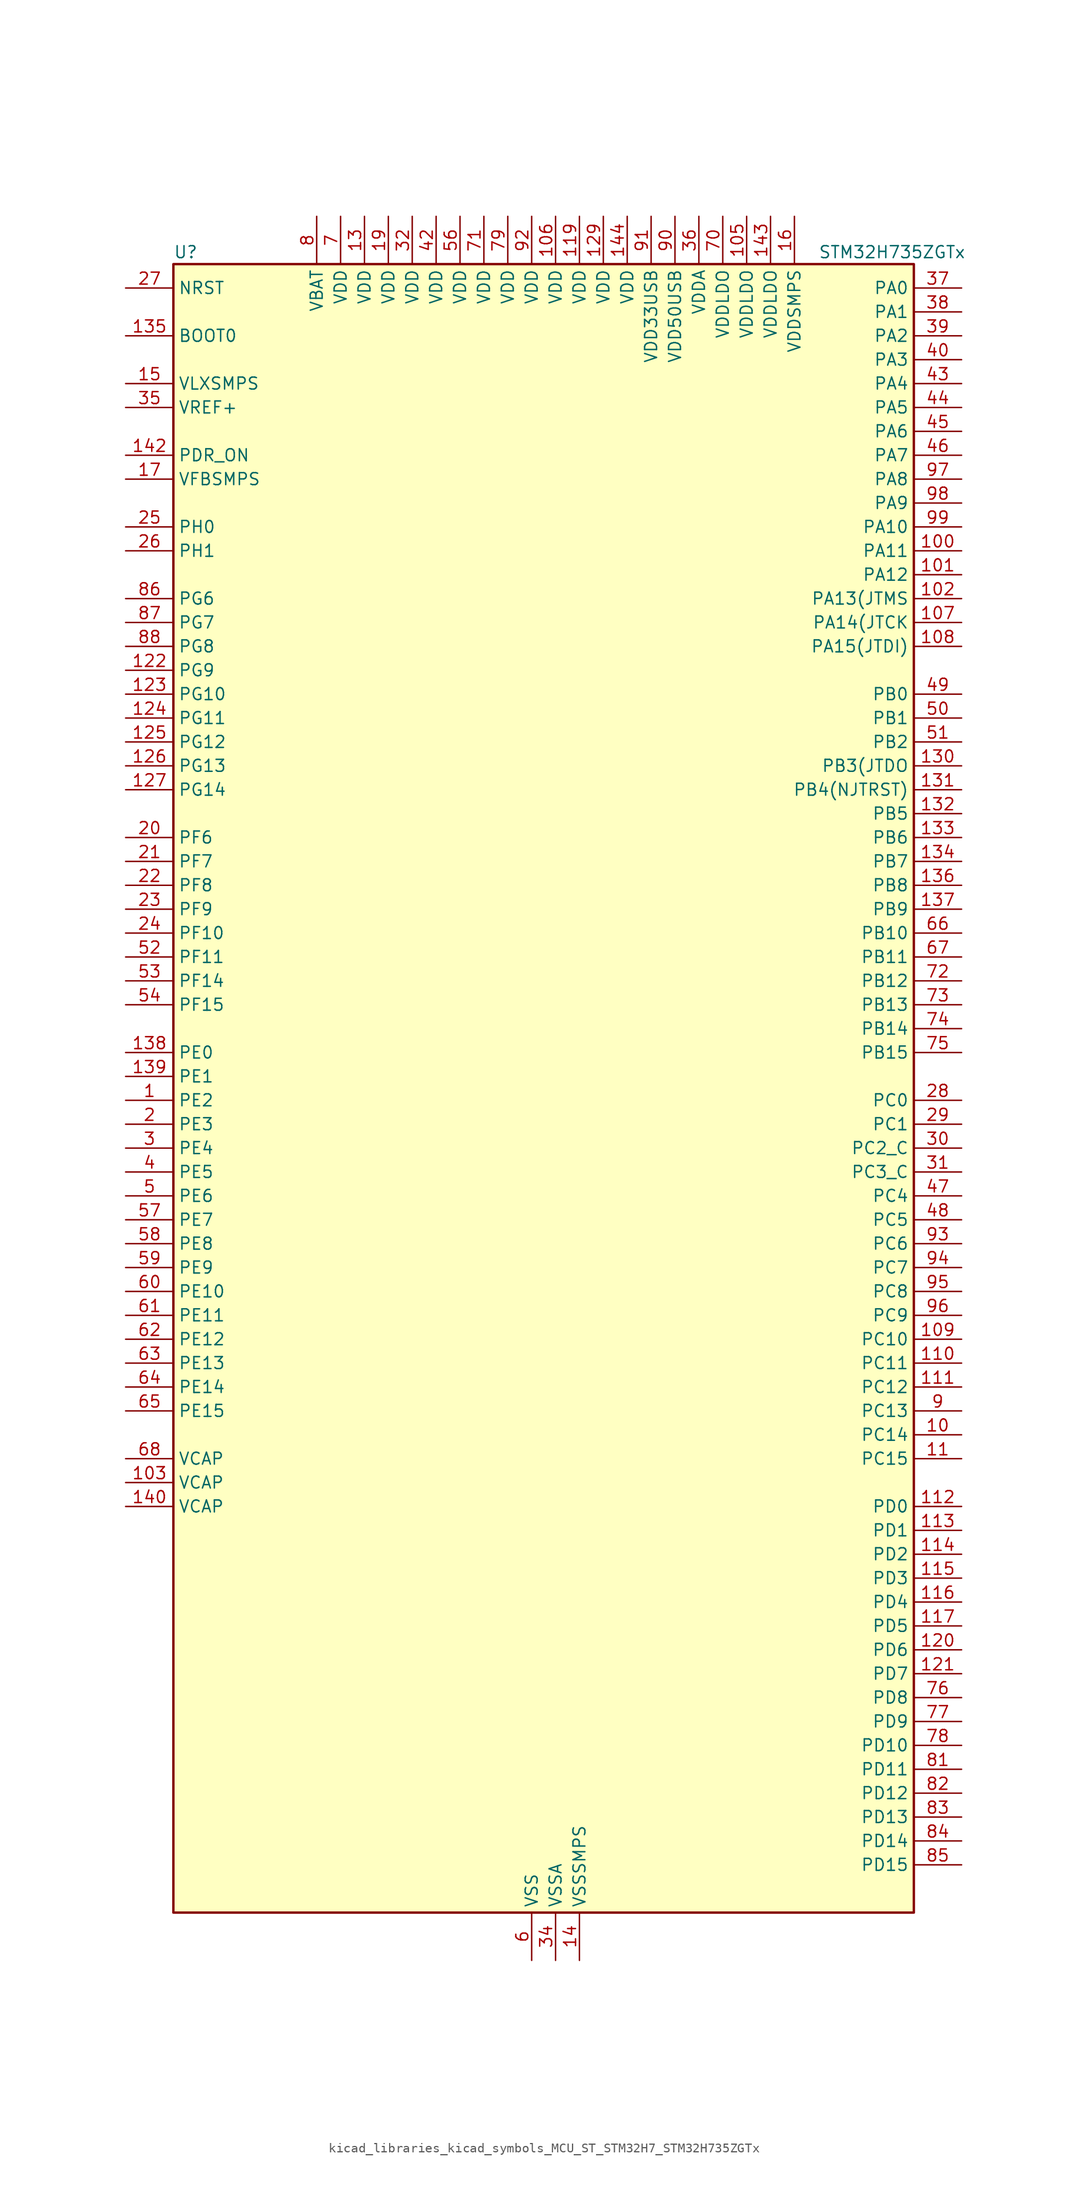
<source format=kicad_sym>
(kicad_symbol_lib
  (version 20220914)
  (generator kicad_symbol_editor)
  (symbol "kicad_libraries_kicad_symbols_MCU_ST_STM32H7_STM32H735ZGTx"
    (property "Reference" "U"
      (at -38.1 90.17 0)
      (effects (font (size 1.27 1.27)) (justify left)))
    (property "Value" "STM32H735ZGTx"
      (at 30.48 90.17 0)
      (effects (font (size 1.27 1.27)) (justify left)))
    (property "ki_locked" ""
      (at 0 0 0)
      (effects (font (size 1.27 1.27))))
    (symbol "kicad_libraries_kicad_symbols_MCU_ST_STM32H7_STM32H735ZGTx_0_1"
      (rectangle (start -38.1 -86.36) (end 40.64 88.9) (stroke (width 0.254) (type default)) (fill (type background))))
    (symbol "kicad_libraries_kicad_symbols_MCU_ST_STM32H7_STM32H735ZGTx_1_1"
      (pin bidirectional line (at -43.18 0 0) (length 5.08) (name "PE2" (effects (font (size 1.27 1.27)))) (number "1" (effects (font (size 1.27 1.27)))) (alternate "DEBUG_TRACECLK" bidirectional line) (alternate "ETH_TXD3" bidirectional line) (alternate "FMC_A23" bidirectional line) (alternate "OCTOSPIM_P1_IO2" bidirectional line) (alternate "SAI1_CK1" bidirectional line) (alternate "SAI1_MCLK_A" bidirectional line) (alternate "SAI4_CK1" bidirectional line) (alternate "SAI4_MCLK_A" bidirectional line) (alternate "SPI4_SCK" bidirectional line) (alternate "USART10_RX" bidirectional line))
      (pin bidirectional line (at 45.72 -35.56 180) (length 5.08) (name "PC14" (effects (font (size 1.27 1.27)))) (number "10" (effects (font (size 1.27 1.27)))) (alternate "RCC_OSC32_IN" bidirectional line))
      (pin bidirectional line (at 45.72 58.42 180) (length 5.08) (name "PA11" (effects (font (size 1.27 1.27)))) (number "100" (effects (font (size 1.27 1.27)))) (alternate "ADC1_EXTI11" bidirectional line) (alternate "ADC2_EXTI11" bidirectional line) (alternate "ADC3_EXTI11" bidirectional line) (alternate "FDCAN1_RX" bidirectional line) (alternate "I2S2_WS" bidirectional line) (alternate "LPUART1_CTS" bidirectional line) (alternate "LTDC_R4" bidirectional line) (alternate "SPI2_NSS" bidirectional line) (alternate "TIM1_CH4" bidirectional line) (alternate "UART4_RX" bidirectional line) (alternate "USART1_CTS" bidirectional line) (alternate "USART1_NSS" bidirectional line) (alternate "USB_OTG_HS_DM" bidirectional line))
      (pin bidirectional line (at 45.72 55.88 180) (length 5.08) (name "PA12" (effects (font (size 1.27 1.27)))) (number "101" (effects (font (size 1.27 1.27)))) (alternate "FDCAN1_TX" bidirectional line) (alternate "I2S2_CK" bidirectional line) (alternate "LPUART1_DE" bidirectional line) (alternate "LPUART1_RTS" bidirectional line) (alternate "LTDC_R5" bidirectional line) (alternate "SAI4_FS_B" bidirectional line) (alternate "SPI2_SCK" bidirectional line) (alternate "TIM1_BKIN2" bidirectional line) (alternate "TIM1_ETR" bidirectional line) (alternate "UART4_TX" bidirectional line) (alternate "USART1_DE" bidirectional line) (alternate "USART1_RTS" bidirectional line) (alternate "USB_OTG_HS_DP" bidirectional line))
      (pin bidirectional line (at 45.72 53.34 180) (length 5.08) (name "PA13(JTMS" (effects (font (size 1.27 1.27)))) (number "102" (effects (font (size 1.27 1.27)))) (alternate "DEBUG_JTMS-SWDIO" bidirectional line))
      (pin power_out line (at -43.18 -40.64 0) (length 5.08) (name "VCAP" (effects (font (size 1.27 1.27)))) (number "103" (effects (font (size 1.27 1.27)))))
      (pin passive line (at 0 -91.44 90) (length 5.08) hide (name "VSS" (effects (font (size 1.27 1.27)))) (number "104" (effects (font (size 1.27 1.27)))))
      (pin power_in line (at 22.86 93.98 270) (length 5.08) (name "VDDLDO" (effects (font (size 1.27 1.27)))) (number "105" (effects (font (size 1.27 1.27)))))
      (pin power_in line (at 2.54 93.98 270) (length 5.08) (name "VDD" (effects (font (size 1.27 1.27)))) (number "106" (effects (font (size 1.27 1.27)))))
      (pin bidirectional line (at 45.72 50.8 180) (length 5.08) (name "PA14(JTCK" (effects (font (size 1.27 1.27)))) (number "107" (effects (font (size 1.27 1.27)))) (alternate "DEBUG_JTCK-SWCLK" bidirectional line))
      (pin bidirectional line (at 45.72 48.26 180) (length 5.08) (name "PA15(JTDI)" (effects (font (size 1.27 1.27)))) (number "108" (effects (font (size 1.27 1.27)))) (alternate "ADC1_EXTI15" bidirectional line) (alternate "ADC2_EXTI15" bidirectional line) (alternate "ADC3_EXTI15" bidirectional line) (alternate "CEC" bidirectional line) (alternate "DEBUG_JTDI" bidirectional line) (alternate "I2S1_WS" bidirectional line) (alternate "I2S3_WS" bidirectional line) (alternate "I2S6_WS" bidirectional line) (alternate "LTDC_B6" bidirectional line) (alternate "LTDC_R3" bidirectional line) (alternate "SPI1_NSS" bidirectional line) (alternate "SPI3_NSS" bidirectional line) (alternate "SPI6_NSS" bidirectional line) (alternate "TIM2_CH1" bidirectional line) (alternate "TIM2_ETR" bidirectional line) (alternate "UART4_DE" bidirectional line) (alternate "UART4_RTS" bidirectional line) (alternate "UART7_TX" bidirectional line))
      (pin bidirectional line (at 45.72 -25.4 180) (length 5.08) (name "PC10" (effects (font (size 1.27 1.27)))) (number "109" (effects (font (size 1.27 1.27)))) (alternate "DCMI_D8" bidirectional line) (alternate "DFSDM1_CKIN5" bidirectional line) (alternate "I2C5_SDA" bidirectional line) (alternate "I2S3_CK" bidirectional line) (alternate "LTDC_B1" bidirectional line) (alternate "LTDC_R2" bidirectional line) (alternate "OCTOSPIM_P1_IO1" bidirectional line) (alternate "PSSI_D8" bidirectional line) (alternate "SDMMC1_D2" bidirectional line) (alternate "SPI3_SCK" bidirectional line) (alternate "SWPMI1_RX" bidirectional line) (alternate "UART4_TX" bidirectional line) (alternate "USART3_TX" bidirectional line))
      (pin bidirectional line (at 45.72 -38.1 180) (length 5.08) (name "PC15" (effects (font (size 1.27 1.27)))) (number "11" (effects (font (size 1.27 1.27)))) (alternate "ADC1_EXTI15" bidirectional line) (alternate "ADC2_EXTI15" bidirectional line) (alternate "ADC3_EXTI15" bidirectional line) (alternate "RCC_OSC32_OUT" bidirectional line))
      (pin bidirectional line (at 45.72 -27.94 180) (length 5.08) (name "PC11" (effects (font (size 1.27 1.27)))) (number "110" (effects (font (size 1.27 1.27)))) (alternate "ADC1_EXTI11" bidirectional line) (alternate "ADC2_EXTI11" bidirectional line) (alternate "ADC3_EXTI11" bidirectional line) (alternate "DCMI_D4" bidirectional line) (alternate "DFSDM1_DATIN5" bidirectional line) (alternate "I2C5_SCL" bidirectional line) (alternate "I2S3_SDI" bidirectional line) (alternate "LTDC_B4" bidirectional line) (alternate "OCTOSPIM_P1_NCS" bidirectional line) (alternate "PSSI_D4" bidirectional line) (alternate "SDMMC1_D3" bidirectional line) (alternate "SPI3_MISO" bidirectional line) (alternate "UART4_RX" bidirectional line) (alternate "USART3_RX" bidirectional line))
      (pin bidirectional line (at 45.72 -30.48 180) (length 5.08) (name "PC12" (effects (font (size 1.27 1.27)))) (number "111" (effects (font (size 1.27 1.27)))) (alternate "DCMI_D9" bidirectional line) (alternate "DEBUG_TRACED3" bidirectional line) (alternate "FMC_D6" bidirectional line) (alternate "FMC_DA6" bidirectional line) (alternate "I2C5_SMBA" bidirectional line) (alternate "I2S3_SDO" bidirectional line) (alternate "I2S6_CK" bidirectional line) (alternate "LTDC_R6" bidirectional line) (alternate "PSSI_D9" bidirectional line) (alternate "SDMMC1_CK" bidirectional line) (alternate "SPI3_MOSI" bidirectional line) (alternate "SPI6_SCK" bidirectional line) (alternate "TIM15_CH1" bidirectional line) (alternate "UART5_TX" bidirectional line) (alternate "USART3_CK" bidirectional line))
      (pin bidirectional line (at 45.72 -43.18 180) (length 5.08) (name "PD0" (effects (font (size 1.27 1.27)))) (number "112" (effects (font (size 1.27 1.27)))) (alternate "DFSDM1_CKIN6" bidirectional line) (alternate "FDCAN1_RX" bidirectional line) (alternate "FMC_D2" bidirectional line) (alternate "FMC_DA2" bidirectional line) (alternate "LTDC_B1" bidirectional line) (alternate "UART4_RX" bidirectional line) (alternate "UART9_CTS" bidirectional line))
      (pin bidirectional line (at 45.72 -45.72 180) (length 5.08) (name "PD1" (effects (font (size 1.27 1.27)))) (number "113" (effects (font (size 1.27 1.27)))) (alternate "DFSDM1_DATIN6" bidirectional line) (alternate "FDCAN1_TX" bidirectional line) (alternate "FMC_D3" bidirectional line) (alternate "FMC_DA3" bidirectional line) (alternate "UART4_TX" bidirectional line))
      (pin bidirectional line (at 45.72 -48.26 180) (length 5.08) (name "PD2" (effects (font (size 1.27 1.27)))) (number "114" (effects (font (size 1.27 1.27)))) (alternate "DCMI_D11" bidirectional line) (alternate "DEBUG_TRACED2" bidirectional line) (alternate "FMC_D7" bidirectional line) (alternate "FMC_DA7" bidirectional line) (alternate "LTDC_B2" bidirectional line) (alternate "LTDC_B7" bidirectional line) (alternate "PSSI_D11" bidirectional line) (alternate "SDMMC1_CMD" bidirectional line) (alternate "TIM15_BKIN" bidirectional line) (alternate "TIM3_ETR" bidirectional line) (alternate "UART5_RX" bidirectional line))
      (pin bidirectional line (at 45.72 -50.8 180) (length 5.08) (name "PD3" (effects (font (size 1.27 1.27)))) (number "115" (effects (font (size 1.27 1.27)))) (alternate "DCMI_D5" bidirectional line) (alternate "DFSDM1_CKOUT" bidirectional line) (alternate "FMC_CLK" bidirectional line) (alternate "I2S2_CK" bidirectional line) (alternate "LTDC_G7" bidirectional line) (alternate "PSSI_D5" bidirectional line) (alternate "SPI2_SCK" bidirectional line) (alternate "USART2_CTS" bidirectional line) (alternate "USART2_NSS" bidirectional line))
      (pin bidirectional line (at 45.72 -53.34 180) (length 5.08) (name "PD4" (effects (font (size 1.27 1.27)))) (number "116" (effects (font (size 1.27 1.27)))) (alternate "FMC_NOE" bidirectional line) (alternate "OCTOSPIM_P1_IO4" bidirectional line) (alternate "USART2_DE" bidirectional line) (alternate "USART2_RTS" bidirectional line))
      (pin bidirectional line (at 45.72 -55.88 180) (length 5.08) (name "PD5" (effects (font (size 1.27 1.27)))) (number "117" (effects (font (size 1.27 1.27)))) (alternate "FMC_NWE" bidirectional line) (alternate "OCTOSPIM_P1_IO5" bidirectional line) (alternate "USART2_TX" bidirectional line))
      (pin passive line (at 0 -91.44 90) (length 5.08) hide (name "VSS" (effects (font (size 1.27 1.27)))) (number "118" (effects (font (size 1.27 1.27)))))
      (pin power_in line (at 5.08 93.98 270) (length 5.08) (name "VDD" (effects (font (size 1.27 1.27)))) (number "119" (effects (font (size 1.27 1.27)))))
      (pin passive line (at 0 -91.44 90) (length 5.08) hide (name "VSS" (effects (font (size 1.27 1.27)))) (number "12" (effects (font (size 1.27 1.27)))))
      (pin bidirectional line (at 45.72 -58.42 180) (length 5.08) (name "PD6" (effects (font (size 1.27 1.27)))) (number "120" (effects (font (size 1.27 1.27)))) (alternate "DCMI_D10" bidirectional line) (alternate "DFSDM1_CKIN4" bidirectional line) (alternate "DFSDM1_DATIN1" bidirectional line) (alternate "FMC_NWAIT" bidirectional line) (alternate "I2S3_SDO" bidirectional line) (alternate "LTDC_B2" bidirectional line) (alternate "OCTOSPIM_P1_IO6" bidirectional line) (alternate "PSSI_D10" bidirectional line) (alternate "SAI1_D1" bidirectional line) (alternate "SAI1_SD_A" bidirectional line) (alternate "SAI4_D1" bidirectional line) (alternate "SAI4_SD_A" bidirectional line) (alternate "SDMMC2_CK" bidirectional line) (alternate "SPI3_MOSI" bidirectional line) (alternate "USART2_RX" bidirectional line))
      (pin bidirectional line (at 45.72 -60.96 180) (length 5.08) (name "PD7" (effects (font (size 1.27 1.27)))) (number "121" (effects (font (size 1.27 1.27)))) (alternate "DFSDM1_CKIN1" bidirectional line) (alternate "DFSDM1_DATIN4" bidirectional line) (alternate "FMC_NE1" bidirectional line) (alternate "I2S1_SDO" bidirectional line) (alternate "OCTOSPIM_P1_IO7" bidirectional line) (alternate "SDMMC2_CMD" bidirectional line) (alternate "SPDIFRX1_IN0" bidirectional line) (alternate "SPI1_MOSI" bidirectional line) (alternate "USART2_CK" bidirectional line))
      (pin bidirectional line (at -43.18 45.72 0) (length 5.08) (name "PG9" (effects (font (size 1.27 1.27)))) (number "122" (effects (font (size 1.27 1.27)))) (alternate "DAC1_EXTI9" bidirectional line) (alternate "DCMI_VSYNC" bidirectional line) (alternate "FDCAN3_TX" bidirectional line) (alternate "FMC_NCE" bidirectional line) (alternate "FMC_NE2" bidirectional line) (alternate "I2S1_SDI" bidirectional line) (alternate "OCTOSPIM_P1_IO6" bidirectional line) (alternate "PSSI_RDY" bidirectional line) (alternate "SAI4_FS_B" bidirectional line) (alternate "SDMMC2_D0" bidirectional line) (alternate "SPDIFRX1_IN3" bidirectional line) (alternate "SPI1_MISO" bidirectional line) (alternate "USART6_RX" bidirectional line))
      (pin bidirectional line (at -43.18 43.18 0) (length 5.08) (name "PG10" (effects (font (size 1.27 1.27)))) (number "123" (effects (font (size 1.27 1.27)))) (alternate "DCMI_D2" bidirectional line) (alternate "FDCAN3_RX" bidirectional line) (alternate "FMC_NE3" bidirectional line) (alternate "I2S1_WS" bidirectional line) (alternate "LTDC_B2" bidirectional line) (alternate "LTDC_G3" bidirectional line) (alternate "OCTOSPIM_P2_IO6" bidirectional line) (alternate "PSSI_D2" bidirectional line) (alternate "SAI4_SD_B" bidirectional line) (alternate "SDMMC2_D1" bidirectional line) (alternate "SPI1_NSS" bidirectional line))
      (pin bidirectional line (at -43.18 40.64 0) (length 5.08) (name "PG11" (effects (font (size 1.27 1.27)))) (number "124" (effects (font (size 1.27 1.27)))) (alternate "ADC1_EXTI11" bidirectional line) (alternate "ADC2_EXTI11" bidirectional line) (alternate "ADC3_EXTI11" bidirectional line) (alternate "DCMI_D3" bidirectional line) (alternate "ETH_TX_EN" bidirectional line) (alternate "I2S1_CK" bidirectional line) (alternate "LPTIM1_IN2" bidirectional line) (alternate "LTDC_B3" bidirectional line) (alternate "OCTOSPIM_P2_IO7" bidirectional line) (alternate "PSSI_D3" bidirectional line) (alternate "SDMMC2_D2" bidirectional line) (alternate "SPDIFRX1_IN0" bidirectional line) (alternate "SPI1_SCK" bidirectional line) (alternate "USART10_RX" bidirectional line))
      (pin bidirectional line (at -43.18 38.1 0) (length 5.08) (name "PG12" (effects (font (size 1.27 1.27)))) (number "125" (effects (font (size 1.27 1.27)))) (alternate "ETH_TXD1" bidirectional line) (alternate "FMC_NE4" bidirectional line) (alternate "I2S6_SDI" bidirectional line) (alternate "LPTIM1_IN1" bidirectional line) (alternate "LTDC_B1" bidirectional line) (alternate "LTDC_B4" bidirectional line) (alternate "OCTOSPIM_P2_NCS" bidirectional line) (alternate "SDMMC2_D3" bidirectional line) (alternate "SPDIFRX1_IN1" bidirectional line) (alternate "SPI6_MISO" bidirectional line) (alternate "TIM23_CH1" bidirectional line) (alternate "USART10_TX" bidirectional line) (alternate "USART6_DE" bidirectional line) (alternate "USART6_RTS" bidirectional line))
      (pin bidirectional line (at -43.18 35.56 0) (length 5.08) (name "PG13" (effects (font (size 1.27 1.27)))) (number "126" (effects (font (size 1.27 1.27)))) (alternate "DEBUG_TRACED0" bidirectional line) (alternate "ETH_TXD0" bidirectional line) (alternate "FMC_A24" bidirectional line) (alternate "I2S6_CK" bidirectional line) (alternate "LPTIM1_OUT" bidirectional line) (alternate "LTDC_R0" bidirectional line) (alternate "SDMMC2_D6" bidirectional line) (alternate "SPI6_SCK" bidirectional line) (alternate "TIM23_CH2" bidirectional line) (alternate "USART10_CTS" bidirectional line) (alternate "USART10_NSS" bidirectional line) (alternate "USART6_CTS" bidirectional line) (alternate "USART6_NSS" bidirectional line))
      (pin bidirectional line (at -43.18 33.02 0) (length 5.08) (name "PG14" (effects (font (size 1.27 1.27)))) (number "127" (effects (font (size 1.27 1.27)))) (alternate "DEBUG_TRACED1" bidirectional line) (alternate "ETH_TXD1" bidirectional line) (alternate "FMC_A25" bidirectional line) (alternate "I2S6_SDO" bidirectional line) (alternate "LPTIM1_ETR" bidirectional line) (alternate "LTDC_B0" bidirectional line) (alternate "OCTOSPIM_P1_IO7" bidirectional line) (alternate "SDMMC2_D7" bidirectional line) (alternate "SPI6_MOSI" bidirectional line) (alternate "TIM23_CH3" bidirectional line) (alternate "USART10_DE" bidirectional line) (alternate "USART10_RTS" bidirectional line) (alternate "USART6_TX" bidirectional line))
      (pin passive line (at 0 -91.44 90) (length 5.08) hide (name "VSS" (effects (font (size 1.27 1.27)))) (number "128" (effects (font (size 1.27 1.27)))))
      (pin power_in line (at 7.62 93.98 270) (length 5.08) (name "VDD" (effects (font (size 1.27 1.27)))) (number "129" (effects (font (size 1.27 1.27)))))
      (pin power_in line (at -17.78 93.98 270) (length 5.08) (name "VDD" (effects (font (size 1.27 1.27)))) (number "13" (effects (font (size 1.27 1.27)))))
      (pin bidirectional line (at 45.72 35.56 180) (length 5.08) (name "PB3(JTDO" (effects (font (size 1.27 1.27)))) (number "130" (effects (font (size 1.27 1.27)))) (alternate "CRS_SYNC" bidirectional line) (alternate "DEBUG_JTDO-SWO" bidirectional line) (alternate "I2S1_CK" bidirectional line) (alternate "I2S3_CK" bidirectional line) (alternate "I2S6_CK" bidirectional line) (alternate "SDMMC2_D2" bidirectional line) (alternate "SPI1_SCK" bidirectional line) (alternate "SPI3_SCK" bidirectional line) (alternate "SPI6_SCK" bidirectional line) (alternate "TIM24_ETR" bidirectional line) (alternate "TIM2_CH2" bidirectional line) (alternate "UART7_RX" bidirectional line))
      (pin bidirectional line (at 45.72 33.02 180) (length 5.08) (name "PB4(NJTRST)" (effects (font (size 1.27 1.27)))) (number "131" (effects (font (size 1.27 1.27)))) (alternate "DEBUG_JTRST" bidirectional line) (alternate "I2S1_SDI" bidirectional line) (alternate "I2S2_WS" bidirectional line) (alternate "I2S3_SDI" bidirectional line) (alternate "I2S6_SDI" bidirectional line) (alternate "SDMMC2_D3" bidirectional line) (alternate "SPI1_MISO" bidirectional line) (alternate "SPI2_NSS" bidirectional line) (alternate "SPI3_MISO" bidirectional line) (alternate "SPI6_MISO" bidirectional line) (alternate "TIM16_BKIN" bidirectional line) (alternate "TIM3_CH1" bidirectional line) (alternate "UART7_TX" bidirectional line))
      (pin bidirectional line (at 45.72 30.48 180) (length 5.08) (name "PB5" (effects (font (size 1.27 1.27)))) (number "132" (effects (font (size 1.27 1.27)))) (alternate "DCMI_D10" bidirectional line) (alternate "ETH_PPS_OUT" bidirectional line) (alternate "FDCAN2_RX" bidirectional line) (alternate "FMC_SDCKE1" bidirectional line) (alternate "I2C1_SMBA" bidirectional line) (alternate "I2C4_SMBA" bidirectional line) (alternate "I2S1_SDO" bidirectional line) (alternate "I2S3_SDO" bidirectional line) (alternate "I2S6_SDO" bidirectional line) (alternate "LTDC_B5" bidirectional line) (alternate "PSSI_D10" bidirectional line) (alternate "SPI1_MOSI" bidirectional line) (alternate "SPI3_MOSI" bidirectional line) (alternate "SPI6_MOSI" bidirectional line) (alternate "TIM17_BKIN" bidirectional line) (alternate "TIM3_CH2" bidirectional line) (alternate "UART5_RX" bidirectional line) (alternate "USB_OTG_HS_ULPI_D7" bidirectional line))
      (pin bidirectional line (at 45.72 27.94 180) (length 5.08) (name "PB6" (effects (font (size 1.27 1.27)))) (number "133" (effects (font (size 1.27 1.27)))) (alternate "CEC" bidirectional line) (alternate "DCMI_D5" bidirectional line) (alternate "DFSDM1_DATIN5" bidirectional line) (alternate "FDCAN2_TX" bidirectional line) (alternate "FMC_SDNE1" bidirectional line) (alternate "I2C1_SCL" bidirectional line) (alternate "I2C4_SCL" bidirectional line) (alternate "LPUART1_TX" bidirectional line) (alternate "OCTOSPIM_P1_NCS" bidirectional line) (alternate "PSSI_D5" bidirectional line) (alternate "TIM16_CH1N" bidirectional line) (alternate "TIM4_CH1" bidirectional line) (alternate "UART5_TX" bidirectional line) (alternate "USART1_TX" bidirectional line))
      (pin bidirectional line (at 45.72 25.4 180) (length 5.08) (name "PB7" (effects (font (size 1.27 1.27)))) (number "134" (effects (font (size 1.27 1.27)))) (alternate "DCMI_VSYNC" bidirectional line) (alternate "DFSDM1_CKIN5" bidirectional line) (alternate "FMC_NL" bidirectional line) (alternate "I2C1_SDA" bidirectional line) (alternate "I2C4_SDA" bidirectional line) (alternate "LPUART1_RX" bidirectional line) (alternate "PSSI_RDY" bidirectional line) (alternate "PWR_PVD_IN" bidirectional line) (alternate "TIM17_CH1N" bidirectional line) (alternate "TIM4_CH2" bidirectional line) (alternate "USART1_RX" bidirectional line))
      (pin input line (at -43.18 81.28 0) (length 5.08) (name "BOOT0" (effects (font (size 1.27 1.27)))) (number "135" (effects (font (size 1.27 1.27)))))
      (pin bidirectional line (at 45.72 22.86 180) (length 5.08) (name "PB8" (effects (font (size 1.27 1.27)))) (number "136" (effects (font (size 1.27 1.27)))) (alternate "DCMI_D6" bidirectional line) (alternate "DFSDM1_CKIN7" bidirectional line) (alternate "ETH_TXD3" bidirectional line) (alternate "FDCAN1_RX" bidirectional line) (alternate "I2C1_SCL" bidirectional line) (alternate "I2C4_SCL" bidirectional line) (alternate "LTDC_B6" bidirectional line) (alternate "PSSI_D6" bidirectional line) (alternate "SDMMC1_CKIN" bidirectional line) (alternate "SDMMC1_D4" bidirectional line) (alternate "SDMMC2_D4" bidirectional line) (alternate "TIM16_CH1" bidirectional line) (alternate "TIM4_CH3" bidirectional line) (alternate "UART4_RX" bidirectional line))
      (pin bidirectional line (at 45.72 20.32 180) (length 5.08) (name "PB9" (effects (font (size 1.27 1.27)))) (number "137" (effects (font (size 1.27 1.27)))) (alternate "DAC1_EXTI9" bidirectional line) (alternate "DCMI_D7" bidirectional line) (alternate "DFSDM1_DATIN7" bidirectional line) (alternate "FDCAN1_TX" bidirectional line) (alternate "I2C1_SDA" bidirectional line) (alternate "I2C4_SDA" bidirectional line) (alternate "I2C4_SMBA" bidirectional line) (alternate "I2S2_WS" bidirectional line) (alternate "LTDC_B7" bidirectional line) (alternate "PSSI_D7" bidirectional line) (alternate "SDMMC1_CDIR" bidirectional line) (alternate "SDMMC1_D5" bidirectional line) (alternate "SDMMC2_D5" bidirectional line) (alternate "SPI2_NSS" bidirectional line) (alternate "TIM17_CH1" bidirectional line) (alternate "TIM4_CH4" bidirectional line) (alternate "UART4_TX" bidirectional line))
      (pin bidirectional line (at -43.18 5.08 0) (length 5.08) (name "PE0" (effects (font (size 1.27 1.27)))) (number "138" (effects (font (size 1.27 1.27)))) (alternate "DCMI_D2" bidirectional line) (alternate "FMC_NBL0" bidirectional line) (alternate "LPTIM1_ETR" bidirectional line) (alternate "LPTIM2_ETR" bidirectional line) (alternate "LTDC_R0" bidirectional line) (alternate "PSSI_D2" bidirectional line) (alternate "SAI4_MCLK_A" bidirectional line) (alternate "TIM4_ETR" bidirectional line) (alternate "UART8_RX" bidirectional line))
      (pin bidirectional line (at -43.18 2.54 0) (length 5.08) (name "PE1" (effects (font (size 1.27 1.27)))) (number "139" (effects (font (size 1.27 1.27)))) (alternate "DCMI_D3" bidirectional line) (alternate "FMC_NBL1" bidirectional line) (alternate "LPTIM1_IN2" bidirectional line) (alternate "LTDC_R6" bidirectional line) (alternate "PSSI_D3" bidirectional line) (alternate "UART8_TX" bidirectional line))
      (pin power_in line (at 5.08 -91.44 90) (length 5.08) (name "VSSSMPS" (effects (font (size 1.27 1.27)))) (number "14" (effects (font (size 1.27 1.27)))))
      (pin power_out line (at -43.18 -43.18 0) (length 5.08) (name "VCAP" (effects (font (size 1.27 1.27)))) (number "140" (effects (font (size 1.27 1.27)))))
      (pin passive line (at 0 -91.44 90) (length 5.08) hide (name "VSS" (effects (font (size 1.27 1.27)))) (number "141" (effects (font (size 1.27 1.27)))))
      (pin input line (at -43.18 68.58 0) (length 5.08) (name "PDR_ON" (effects (font (size 1.27 1.27)))) (number "142" (effects (font (size 1.27 1.27)))))
      (pin power_in line (at 25.4 93.98 270) (length 5.08) (name "VDDLDO" (effects (font (size 1.27 1.27)))) (number "143" (effects (font (size 1.27 1.27)))))
      (pin power_in line (at 10.16 93.98 270) (length 5.08) (name "VDD" (effects (font (size 1.27 1.27)))) (number "144" (effects (font (size 1.27 1.27)))))
      (pin power_in line (at -43.18 76.2 0) (length 5.08) (name "VLXSMPS" (effects (font (size 1.27 1.27)))) (number "15" (effects (font (size 1.27 1.27)))))
      (pin power_in line (at 27.94 93.98 270) (length 5.08) (name "VDDSMPS" (effects (font (size 1.27 1.27)))) (number "16" (effects (font (size 1.27 1.27)))))
      (pin input line (at -43.18 66.04 0) (length 5.08) (name "VFBSMPS" (effects (font (size 1.27 1.27)))) (number "17" (effects (font (size 1.27 1.27)))))
      (pin passive line (at 0 -91.44 90) (length 5.08) hide (name "VSS" (effects (font (size 1.27 1.27)))) (number "18" (effects (font (size 1.27 1.27)))))
      (pin power_in line (at -15.24 93.98 270) (length 5.08) (name "VDD" (effects (font (size 1.27 1.27)))) (number "19" (effects (font (size 1.27 1.27)))))
      (pin bidirectional line (at -43.18 -2.54 0) (length 5.08) (name "PE3" (effects (font (size 1.27 1.27)))) (number "2" (effects (font (size 1.27 1.27)))) (alternate "DEBUG_TRACED0" bidirectional line) (alternate "FMC_A19" bidirectional line) (alternate "SAI1_SD_B" bidirectional line) (alternate "SAI4_SD_B" bidirectional line) (alternate "TIM15_BKIN" bidirectional line) (alternate "USART10_TX" bidirectional line))
      (pin bidirectional line (at -43.18 27.94 0) (length 5.08) (name "PF6" (effects (font (size 1.27 1.27)))) (number "20" (effects (font (size 1.27 1.27)))) (alternate "ADC3_INN4" bidirectional line) (alternate "ADC3_INP8" bidirectional line) (alternate "FDCAN3_RX" bidirectional line) (alternate "OCTOSPIM_P1_IO3" bidirectional line) (alternate "SAI1_SD_B" bidirectional line) (alternate "SAI4_SD_B" bidirectional line) (alternate "SPI5_NSS" bidirectional line) (alternate "TIM16_CH1" bidirectional line) (alternate "TIM23_CH1" bidirectional line) (alternate "UART7_RX" bidirectional line))
      (pin bidirectional line (at -43.18 25.4 0) (length 5.08) (name "PF7" (effects (font (size 1.27 1.27)))) (number "21" (effects (font (size 1.27 1.27)))) (alternate "ADC3_INP3" bidirectional line) (alternate "FDCAN3_TX" bidirectional line) (alternate "OCTOSPIM_P1_IO2" bidirectional line) (alternate "SAI1_MCLK_B" bidirectional line) (alternate "SAI4_MCLK_B" bidirectional line) (alternate "SPI5_SCK" bidirectional line) (alternate "TIM17_CH1" bidirectional line) (alternate "TIM23_CH2" bidirectional line) (alternate "UART7_TX" bidirectional line))
      (pin bidirectional line (at -43.18 22.86 0) (length 5.08) (name "PF8" (effects (font (size 1.27 1.27)))) (number "22" (effects (font (size 1.27 1.27)))) (alternate "ADC3_INN3" bidirectional line) (alternate "ADC3_INP7" bidirectional line) (alternate "OCTOSPIM_P1_IO0" bidirectional line) (alternate "SAI1_SCK_B" bidirectional line) (alternate "SAI4_SCK_B" bidirectional line) (alternate "SPI5_MISO" bidirectional line) (alternate "TIM13_CH1" bidirectional line) (alternate "TIM16_CH1N" bidirectional line) (alternate "TIM23_CH3" bidirectional line) (alternate "UART7_DE" bidirectional line) (alternate "UART7_RTS" bidirectional line))
      (pin bidirectional line (at -43.18 20.32 0) (length 5.08) (name "PF9" (effects (font (size 1.27 1.27)))) (number "23" (effects (font (size 1.27 1.27)))) (alternate "ADC3_INP2" bidirectional line) (alternate "DAC1_EXTI9" bidirectional line) (alternate "OCTOSPIM_P1_IO1" bidirectional line) (alternate "SAI1_FS_B" bidirectional line) (alternate "SAI4_FS_B" bidirectional line) (alternate "SPI5_MOSI" bidirectional line) (alternate "TIM14_CH1" bidirectional line) (alternate "TIM17_CH1N" bidirectional line) (alternate "TIM23_CH4" bidirectional line) (alternate "UART7_CTS" bidirectional line))
      (pin bidirectional line (at -43.18 17.78 0) (length 5.08) (name "PF10" (effects (font (size 1.27 1.27)))) (number "24" (effects (font (size 1.27 1.27)))) (alternate "ADC3_INN2" bidirectional line) (alternate "ADC3_INP6" bidirectional line) (alternate "DCMI_D11" bidirectional line) (alternate "LTDC_DE" bidirectional line) (alternate "OCTOSPIM_P1_CLK" bidirectional line) (alternate "PSSI_D11" bidirectional line) (alternate "PSSI_D15" bidirectional line) (alternate "SAI1_D3" bidirectional line) (alternate "SAI4_D3" bidirectional line) (alternate "TIM16_BKIN" bidirectional line))
      (pin bidirectional line (at -43.18 60.96 0) (length 5.08) (name "PH0" (effects (font (size 1.27 1.27)))) (number "25" (effects (font (size 1.27 1.27)))) (alternate "RCC_OSC_IN" bidirectional line))
      (pin bidirectional line (at -43.18 58.42 0) (length 5.08) (name "PH1" (effects (font (size 1.27 1.27)))) (number "26" (effects (font (size 1.27 1.27)))) (alternate "RCC_OSC_OUT" bidirectional line))
      (pin input line (at -43.18 86.36 0) (length 5.08) (name "NRST" (effects (font (size 1.27 1.27)))) (number "27" (effects (font (size 1.27 1.27)))))
      (pin bidirectional line (at 45.72 0 180) (length 5.08) (name "PC0" (effects (font (size 1.27 1.27)))) (number "28" (effects (font (size 1.27 1.27)))) (alternate "ADC1_INP10" bidirectional line) (alternate "ADC2_INP10" bidirectional line) (alternate "ADC3_INP10" bidirectional line) (alternate "DFSDM1_CKIN0" bidirectional line) (alternate "DFSDM1_DATIN4" bidirectional line) (alternate "FMC_A25" bidirectional line) (alternate "FMC_D12" bidirectional line) (alternate "FMC_DA12" bidirectional line) (alternate "FMC_SDNWE" bidirectional line) (alternate "LTDC_G2" bidirectional line) (alternate "LTDC_R5" bidirectional line) (alternate "SAI4_FS_B" bidirectional line) (alternate "USB_OTG_HS_ULPI_STP" bidirectional line))
      (pin bidirectional line (at 45.72 -2.54 180) (length 5.08) (name "PC1" (effects (font (size 1.27 1.27)))) (number "29" (effects (font (size 1.27 1.27)))) (alternate "ADC1_INN10" bidirectional line) (alternate "ADC1_INP11" bidirectional line) (alternate "ADC2_INN10" bidirectional line) (alternate "ADC2_INP11" bidirectional line) (alternate "ADC3_INN10" bidirectional line) (alternate "ADC3_INP11" bidirectional line) (alternate "DEBUG_TRACED0" bidirectional line) (alternate "DFSDM1_CKIN4" bidirectional line) (alternate "DFSDM1_DATIN0" bidirectional line) (alternate "ETH_MDC" bidirectional line) (alternate "I2S2_SDO" bidirectional line) (alternate "LTDC_G5" bidirectional line) (alternate "MDIOS_MDC" bidirectional line) (alternate "OCTOSPIM_P1_IO4" bidirectional line) (alternate "PWR_WKUP6" bidirectional line) (alternate "RTC_TAMP3" bidirectional line) (alternate "SAI1_D1" bidirectional line) (alternate "SAI1_SD_A" bidirectional line) (alternate "SAI4_D1" bidirectional line) (alternate "SAI4_SD_A" bidirectional line) (alternate "SDMMC2_CK" bidirectional line) (alternate "SPI2_MOSI" bidirectional line))
      (pin bidirectional line (at -43.18 -5.08 0) (length 5.08) (name "PE4" (effects (font (size 1.27 1.27)))) (number "3" (effects (font (size 1.27 1.27)))) (alternate "DCMI_D4" bidirectional line) (alternate "DEBUG_TRACED1" bidirectional line) (alternate "DFSDM1_DATIN3" bidirectional line) (alternate "FMC_A20" bidirectional line) (alternate "LTDC_B0" bidirectional line) (alternate "PSSI_D4" bidirectional line) (alternate "SAI1_D2" bidirectional line) (alternate "SAI1_FS_A" bidirectional line) (alternate "SAI4_D2" bidirectional line) (alternate "SAI4_FS_A" bidirectional line) (alternate "SPI4_NSS" bidirectional line) (alternate "TIM15_CH1N" bidirectional line))
      (pin bidirectional line (at 45.72 -5.08 180) (length 5.08) (name "PC2_C" (effects (font (size 1.27 1.27)))) (number "30" (effects (font (size 1.27 1.27)))) (alternate "ADC3_INN1" bidirectional line) (alternate "ADC3_INP0" bidirectional line) (alternate "DFSDM1_CKIN1" bidirectional line) (alternate "DFSDM1_CKOUT" bidirectional line) (alternate "ETH_TXD2" bidirectional line) (alternate "FMC_SDNE0" bidirectional line) (alternate "I2S2_SDI" bidirectional line) (alternate "OCTOSPIM_P1_IO2" bidirectional line) (alternate "OCTOSPIM_P1_IO5" bidirectional line) (alternate "PWR_CSTOP" bidirectional line) (alternate "SPI2_MISO" bidirectional line) (alternate "USB_OTG_HS_ULPI_DIR" bidirectional line))
      (pin bidirectional line (at 45.72 -7.62 180) (length 5.08) (name "PC3_C" (effects (font (size 1.27 1.27)))) (number "31" (effects (font (size 1.27 1.27)))) (alternate "ADC3_INP1" bidirectional line) (alternate "DFSDM1_DATIN1" bidirectional line) (alternate "ETH_TX_CLK" bidirectional line) (alternate "FMC_SDCKE0" bidirectional line) (alternate "I2S2_SDO" bidirectional line) (alternate "OCTOSPIM_P1_IO0" bidirectional line) (alternate "OCTOSPIM_P1_IO6" bidirectional line) (alternate "PWR_CSLEEP" bidirectional line) (alternate "SPI2_MOSI" bidirectional line) (alternate "USB_OTG_HS_ULPI_NXT" bidirectional line))
      (pin power_in line (at -12.7 93.98 270) (length 5.08) (name "VDD" (effects (font (size 1.27 1.27)))) (number "32" (effects (font (size 1.27 1.27)))))
      (pin passive line (at 0 -91.44 90) (length 5.08) hide (name "VSS" (effects (font (size 1.27 1.27)))) (number "33" (effects (font (size 1.27 1.27)))))
      (pin power_in line (at 2.54 -91.44 90) (length 5.08) (name "VSSA" (effects (font (size 1.27 1.27)))) (number "34" (effects (font (size 1.27 1.27)))))
      (pin input line (at -43.18 73.66 0) (length 5.08) (name "VREF+" (effects (font (size 1.27 1.27)))) (number "35" (effects (font (size 1.27 1.27)))) (alternate "VREFBUF_OUT" bidirectional line))
      (pin power_in line (at 17.78 93.98 270) (length 5.08) (name "VDDA" (effects (font (size 1.27 1.27)))) (number "36" (effects (font (size 1.27 1.27)))))
      (pin bidirectional line (at 45.72 86.36 180) (length 5.08) (name "PA0" (effects (font (size 1.27 1.27)))) (number "37" (effects (font (size 1.27 1.27)))) (alternate "ADC1_INP16" bidirectional line) (alternate "ETH_CRS" bidirectional line) (alternate "FMC_A19" bidirectional line) (alternate "I2S6_WS" bidirectional line) (alternate "PWR_WKUP1" bidirectional line) (alternate "SAI4_SD_B" bidirectional line) (alternate "SDMMC2_CMD" bidirectional line) (alternate "SPI6_NSS" bidirectional line) (alternate "TIM15_BKIN" bidirectional line) (alternate "TIM2_CH1" bidirectional line) (alternate "TIM2_ETR" bidirectional line) (alternate "TIM5_CH1" bidirectional line) (alternate "TIM8_ETR" bidirectional line) (alternate "UART4_TX" bidirectional line) (alternate "USART2_CTS" bidirectional line) (alternate "USART2_NSS" bidirectional line))
      (pin bidirectional line (at 45.72 83.82 180) (length 5.08) (name "PA1" (effects (font (size 1.27 1.27)))) (number "38" (effects (font (size 1.27 1.27)))) (alternate "ADC1_INN16" bidirectional line) (alternate "ADC1_INP17" bidirectional line) (alternate "ETH_REF_CLK" bidirectional line) (alternate "ETH_RX_CLK" bidirectional line) (alternate "LPTIM3_OUT" bidirectional line) (alternate "LTDC_R2" bidirectional line) (alternate "OCTOSPIM_P1_DQS" bidirectional line) (alternate "OCTOSPIM_P1_IO3" bidirectional line) (alternate "SAI4_MCLK_B" bidirectional line) (alternate "TIM15_CH1N" bidirectional line) (alternate "TIM2_CH2" bidirectional line) (alternate "TIM5_CH2" bidirectional line) (alternate "UART4_RX" bidirectional line) (alternate "USART2_DE" bidirectional line) (alternate "USART2_RTS" bidirectional line))
      (pin bidirectional line (at 45.72 81.28 180) (length 5.08) (name "PA2" (effects (font (size 1.27 1.27)))) (number "39" (effects (font (size 1.27 1.27)))) (alternate "ADC1_INP14" bidirectional line) (alternate "ADC2_INP14" bidirectional line) (alternate "ETH_MDIO" bidirectional line) (alternate "LPTIM4_OUT" bidirectional line) (alternate "LTDC_R1" bidirectional line) (alternate "MDIOS_MDIO" bidirectional line) (alternate "OCTOSPIM_P1_IO0" bidirectional line) (alternate "PWR_WKUP2" bidirectional line) (alternate "SAI4_SCK_B" bidirectional line) (alternate "TIM15_CH1" bidirectional line) (alternate "TIM2_CH3" bidirectional line) (alternate "TIM5_CH3" bidirectional line) (alternate "USART2_TX" bidirectional line))
      (pin bidirectional line (at -43.18 -7.62 0) (length 5.08) (name "PE5" (effects (font (size 1.27 1.27)))) (number "4" (effects (font (size 1.27 1.27)))) (alternate "DCMI_D6" bidirectional line) (alternate "DEBUG_TRACED2" bidirectional line) (alternate "DFSDM1_CKIN3" bidirectional line) (alternate "FMC_A21" bidirectional line) (alternate "LTDC_G0" bidirectional line) (alternate "PSSI_D6" bidirectional line) (alternate "SAI1_CK2" bidirectional line) (alternate "SAI1_SCK_A" bidirectional line) (alternate "SAI4_CK2" bidirectional line) (alternate "SAI4_SCK_A" bidirectional line) (alternate "SPI4_MISO" bidirectional line) (alternate "TIM15_CH1" bidirectional line))
      (pin bidirectional line (at 45.72 78.74 180) (length 5.08) (name "PA3" (effects (font (size 1.27 1.27)))) (number "40" (effects (font (size 1.27 1.27)))) (alternate "ADC1_INP15" bidirectional line) (alternate "ADC2_INP15" bidirectional line) (alternate "ETH_COL" bidirectional line) (alternate "I2S6_MCK" bidirectional line) (alternate "LPTIM5_OUT" bidirectional line) (alternate "LTDC_B2" bidirectional line) (alternate "LTDC_B5" bidirectional line) (alternate "OCTOSPIM_P1_CLK" bidirectional line) (alternate "OCTOSPIM_P1_IO2" bidirectional line) (alternate "TIM15_CH2" bidirectional line) (alternate "TIM2_CH4" bidirectional line) (alternate "TIM5_CH4" bidirectional line) (alternate "USART2_RX" bidirectional line) (alternate "USB_OTG_HS_ULPI_D0" bidirectional line))
      (pin passive line (at 0 -91.44 90) (length 5.08) hide (name "VSS" (effects (font (size 1.27 1.27)))) (number "41" (effects (font (size 1.27 1.27)))))
      (pin power_in line (at -10.16 93.98 270) (length 5.08) (name "VDD" (effects (font (size 1.27 1.27)))) (number "42" (effects (font (size 1.27 1.27)))))
      (pin bidirectional line (at 45.72 76.2 180) (length 5.08) (name "PA4" (effects (font (size 1.27 1.27)))) (number "43" (effects (font (size 1.27 1.27)))) (alternate "ADC1_INP18" bidirectional line) (alternate "ADC2_INP18" bidirectional line) (alternate "DAC1_OUT1" bidirectional line) (alternate "DCMI_HSYNC" bidirectional line) (alternate "FMC_D8" bidirectional line) (alternate "FMC_DA8" bidirectional line) (alternate "I2S1_WS" bidirectional line) (alternate "I2S3_WS" bidirectional line) (alternate "I2S6_WS" bidirectional line) (alternate "LTDC_VSYNC" bidirectional line) (alternate "PSSI_DE" bidirectional line) (alternate "SPI1_NSS" bidirectional line) (alternate "SPI3_NSS" bidirectional line) (alternate "SPI6_NSS" bidirectional line) (alternate "TIM5_ETR" bidirectional line) (alternate "USART2_CK" bidirectional line))
      (pin bidirectional line (at 45.72 73.66 180) (length 5.08) (name "PA5" (effects (font (size 1.27 1.27)))) (number "44" (effects (font (size 1.27 1.27)))) (alternate "ADC1_INN18" bidirectional line) (alternate "ADC1_INP19" bidirectional line) (alternate "ADC2_INN18" bidirectional line) (alternate "ADC2_INP19" bidirectional line) (alternate "DAC1_OUT2" bidirectional line) (alternate "FMC_D9" bidirectional line) (alternate "FMC_DA9" bidirectional line) (alternate "I2S1_CK" bidirectional line) (alternate "I2S6_CK" bidirectional line) (alternate "LTDC_R4" bidirectional line) (alternate "PSSI_D14" bidirectional line) (alternate "PWR_NDSTOP2" bidirectional line) (alternate "SPI1_SCK" bidirectional line) (alternate "SPI6_SCK" bidirectional line) (alternate "TIM2_CH1" bidirectional line) (alternate "TIM2_ETR" bidirectional line) (alternate "TIM8_CH1N" bidirectional line) (alternate "USB_OTG_HS_ULPI_CK" bidirectional line))
      (pin bidirectional line (at 45.72 71.12 180) (length 5.08) (name "PA6" (effects (font (size 1.27 1.27)))) (number "45" (effects (font (size 1.27 1.27)))) (alternate "ADC1_INP3" bidirectional line) (alternate "ADC2_INP3" bidirectional line) (alternate "DCMI_PIXCLK" bidirectional line) (alternate "I2S1_SDI" bidirectional line) (alternate "I2S6_SDI" bidirectional line) (alternate "LTDC_G2" bidirectional line) (alternate "MDIOS_MDC" bidirectional line) (alternate "OCTOSPIM_P1_IO3" bidirectional line) (alternate "PSSI_PDCK" bidirectional line) (alternate "SPI1_MISO" bidirectional line) (alternate "SPI6_MISO" bidirectional line) (alternate "TIM13_CH1" bidirectional line) (alternate "TIM1_BKIN" bidirectional line) (alternate "TIM1_BKIN_COMP1" bidirectional line) (alternate "TIM1_BKIN_COMP2" bidirectional line) (alternate "TIM3_CH1" bidirectional line) (alternate "TIM8_BKIN" bidirectional line) (alternate "TIM8_BKIN_COMP1" bidirectional line) (alternate "TIM8_BKIN_COMP2" bidirectional line))
      (pin bidirectional line (at 45.72 68.58 180) (length 5.08) (name "PA7" (effects (font (size 1.27 1.27)))) (number "46" (effects (font (size 1.27 1.27)))) (alternate "ADC1_INN3" bidirectional line) (alternate "ADC1_INP7" bidirectional line) (alternate "ADC2_INN3" bidirectional line) (alternate "ADC2_INP7" bidirectional line) (alternate "ETH_CRS_DV" bidirectional line) (alternate "ETH_RX_DV" bidirectional line) (alternate "FMC_SDNWE" bidirectional line) (alternate "I2S1_SDO" bidirectional line) (alternate "I2S6_SDO" bidirectional line) (alternate "LTDC_VSYNC" bidirectional line) (alternate "OCTOSPIM_P1_IO2" bidirectional line) (alternate "OPAMP1_VINM" bidirectional line) (alternate "SPI1_MOSI" bidirectional line) (alternate "SPI6_MOSI" bidirectional line) (alternate "TIM14_CH1" bidirectional line) (alternate "TIM1_CH1N" bidirectional line) (alternate "TIM3_CH2" bidirectional line) (alternate "TIM8_CH1N" bidirectional line))
      (pin bidirectional line (at 45.72 -10.16 180) (length 5.08) (name "PC4" (effects (font (size 1.27 1.27)))) (number "47" (effects (font (size 1.27 1.27)))) (alternate "ADC1_INP4" bidirectional line) (alternate "ADC2_INP4" bidirectional line) (alternate "COMP1_INM" bidirectional line) (alternate "DFSDM1_CKIN2" bidirectional line) (alternate "ETH_RXD0" bidirectional line) (alternate "FMC_A22" bidirectional line) (alternate "FMC_SDNE0" bidirectional line) (alternate "I2S1_MCK" bidirectional line) (alternate "LTDC_R7" bidirectional line) (alternate "OPAMP1_VOUT" bidirectional line) (alternate "SDMMC2_CKIN" bidirectional line) (alternate "SPDIFRX1_IN2" bidirectional line))
      (pin bidirectional line (at 45.72 -12.7 180) (length 5.08) (name "PC5" (effects (font (size 1.27 1.27)))) (number "48" (effects (font (size 1.27 1.27)))) (alternate "ADC1_INN4" bidirectional line) (alternate "ADC1_INP8" bidirectional line) (alternate "ADC2_INN4" bidirectional line) (alternate "ADC2_INP8" bidirectional line) (alternate "COMP1_OUT" bidirectional line) (alternate "DFSDM1_DATIN2" bidirectional line) (alternate "ETH_RXD1" bidirectional line) (alternate "FMC_SDCKE0" bidirectional line) (alternate "LTDC_DE" bidirectional line) (alternate "OCTOSPIM_P1_DQS" bidirectional line) (alternate "OPAMP1_VINM" bidirectional line) (alternate "PSSI_D15" bidirectional line) (alternate "SAI1_D3" bidirectional line) (alternate "SAI4_D3" bidirectional line) (alternate "SPDIFRX1_IN3" bidirectional line))
      (pin bidirectional line (at 45.72 43.18 180) (length 5.08) (name "PB0" (effects (font (size 1.27 1.27)))) (number "49" (effects (font (size 1.27 1.27)))) (alternate "ADC1_INN5" bidirectional line) (alternate "ADC1_INP9" bidirectional line) (alternate "ADC2_INN5" bidirectional line) (alternate "ADC2_INP9" bidirectional line) (alternate "COMP1_INP" bidirectional line) (alternate "DFSDM1_CKOUT" bidirectional line) (alternate "ETH_RXD2" bidirectional line) (alternate "LTDC_G1" bidirectional line) (alternate "LTDC_R3" bidirectional line) (alternate "OCTOSPIM_P1_IO1" bidirectional line) (alternate "OPAMP1_VINP" bidirectional line) (alternate "TIM1_CH2N" bidirectional line) (alternate "TIM3_CH3" bidirectional line) (alternate "TIM8_CH2N" bidirectional line) (alternate "UART4_CTS" bidirectional line) (alternate "USB_OTG_HS_ULPI_D1" bidirectional line))
      (pin bidirectional line (at -43.18 -10.16 0) (length 5.08) (name "PE6" (effects (font (size 1.27 1.27)))) (number "5" (effects (font (size 1.27 1.27)))) (alternate "DCMI_D7" bidirectional line) (alternate "DEBUG_TRACED3" bidirectional line) (alternate "FMC_A22" bidirectional line) (alternate "LTDC_G1" bidirectional line) (alternate "PSSI_D7" bidirectional line) (alternate "SAI1_D1" bidirectional line) (alternate "SAI1_SD_A" bidirectional line) (alternate "SAI4_D1" bidirectional line) (alternate "SAI4_MCLK_B" bidirectional line) (alternate "SAI4_SD_A" bidirectional line) (alternate "SPI4_MOSI" bidirectional line) (alternate "TIM15_CH2" bidirectional line) (alternate "TIM1_BKIN2" bidirectional line) (alternate "TIM1_BKIN2_COMP1" bidirectional line) (alternate "TIM1_BKIN2_COMP2" bidirectional line))
      (pin bidirectional line (at 45.72 40.64 180) (length 5.08) (name "PB1" (effects (font (size 1.27 1.27)))) (number "50" (effects (font (size 1.27 1.27)))) (alternate "ADC1_INP5" bidirectional line) (alternate "ADC2_INP5" bidirectional line) (alternate "COMP1_INM" bidirectional line) (alternate "DFSDM1_DATIN1" bidirectional line) (alternate "ETH_RXD3" bidirectional line) (alternate "LTDC_G0" bidirectional line) (alternate "LTDC_R6" bidirectional line) (alternate "OCTOSPIM_P1_IO0" bidirectional line) (alternate "TIM1_CH3N" bidirectional line) (alternate "TIM3_CH4" bidirectional line) (alternate "TIM8_CH3N" bidirectional line) (alternate "USB_OTG_HS_ULPI_D2" bidirectional line))
      (pin bidirectional line (at 45.72 38.1 180) (length 5.08) (name "PB2" (effects (font (size 1.27 1.27)))) (number "51" (effects (font (size 1.27 1.27)))) (alternate "COMP1_INP" bidirectional line) (alternate "DFSDM1_CKIN1" bidirectional line) (alternate "ETH_TX_ER" bidirectional line) (alternate "I2S3_SDO" bidirectional line) (alternate "OCTOSPIM_P1_CLK" bidirectional line) (alternate "OCTOSPIM_P1_DQS" bidirectional line) (alternate "RTC_OUT_ALARM" bidirectional line) (alternate "RTC_OUT_CALIB" bidirectional line) (alternate "SAI1_D1" bidirectional line) (alternate "SAI1_SD_A" bidirectional line) (alternate "SAI4_D1" bidirectional line) (alternate "SAI4_SD_A" bidirectional line) (alternate "SPI3_MOSI" bidirectional line) (alternate "TIM23_ETR" bidirectional line))
      (pin bidirectional line (at -43.18 15.24 0) (length 5.08) (name "PF11" (effects (font (size 1.27 1.27)))) (number "52" (effects (font (size 1.27 1.27)))) (alternate "ADC1_EXTI11" bidirectional line) (alternate "ADC1_INP2" bidirectional line) (alternate "ADC2_EXTI11" bidirectional line) (alternate "ADC3_EXTI11" bidirectional line) (alternate "DCMI_D12" bidirectional line) (alternate "FMC_SDNRAS" bidirectional line) (alternate "OCTOSPIM_P1_NCLK" bidirectional line) (alternate "PSSI_D12" bidirectional line) (alternate "SAI4_SD_B" bidirectional line) (alternate "SPI5_MOSI" bidirectional line) (alternate "TIM24_CH1" bidirectional line))
      (pin bidirectional line (at -43.18 12.7 0) (length 5.08) (name "PF14" (effects (font (size 1.27 1.27)))) (number "53" (effects (font (size 1.27 1.27)))) (alternate "ADC2_INN2" bidirectional line) (alternate "ADC2_INP6" bidirectional line) (alternate "DFSDM1_CKIN6" bidirectional line) (alternate "FMC_A8" bidirectional line) (alternate "I2C4_SCL" bidirectional line) (alternate "TIM24_CH4" bidirectional line))
      (pin bidirectional line (at -43.18 10.16 0) (length 5.08) (name "PF15" (effects (font (size 1.27 1.27)))) (number "54" (effects (font (size 1.27 1.27)))) (alternate "ADC1_EXTI15" bidirectional line) (alternate "ADC2_EXTI15" bidirectional line) (alternate "ADC3_EXTI15" bidirectional line) (alternate "FMC_A9" bidirectional line) (alternate "I2C4_SDA" bidirectional line))
      (pin passive line (at 0 -91.44 90) (length 5.08) hide (name "VSS" (effects (font (size 1.27 1.27)))) (number "55" (effects (font (size 1.27 1.27)))))
      (pin power_in line (at -7.62 93.98 270) (length 5.08) (name "VDD" (effects (font (size 1.27 1.27)))) (number "56" (effects (font (size 1.27 1.27)))))
      (pin bidirectional line (at -43.18 -12.7 0) (length 5.08) (name "PE7" (effects (font (size 1.27 1.27)))) (number "57" (effects (font (size 1.27 1.27)))) (alternate "COMP2_INM" bidirectional line) (alternate "DFSDM1_DATIN2" bidirectional line) (alternate "FMC_D4" bidirectional line) (alternate "FMC_DA4" bidirectional line) (alternate "OCTOSPIM_P1_IO4" bidirectional line) (alternate "OPAMP2_VOUT" bidirectional line) (alternate "TIM1_ETR" bidirectional line) (alternate "UART7_RX" bidirectional line))
      (pin bidirectional line (at -43.18 -15.24 0) (length 5.08) (name "PE8" (effects (font (size 1.27 1.27)))) (number "58" (effects (font (size 1.27 1.27)))) (alternate "COMP2_OUT" bidirectional line) (alternate "DFSDM1_CKIN2" bidirectional line) (alternate "FMC_D5" bidirectional line) (alternate "FMC_DA5" bidirectional line) (alternate "OCTOSPIM_P1_IO5" bidirectional line) (alternate "OPAMP2_VINM" bidirectional line) (alternate "TIM1_CH1N" bidirectional line) (alternate "UART7_TX" bidirectional line))
      (pin bidirectional line (at -43.18 -17.78 0) (length 5.08) (name "PE9" (effects (font (size 1.27 1.27)))) (number "59" (effects (font (size 1.27 1.27)))) (alternate "COMP2_INP" bidirectional line) (alternate "DAC1_EXTI9" bidirectional line) (alternate "DFSDM1_CKOUT" bidirectional line) (alternate "FMC_D6" bidirectional line) (alternate "FMC_DA6" bidirectional line) (alternate "OCTOSPIM_P1_IO6" bidirectional line) (alternate "OPAMP2_VINP" bidirectional line) (alternate "TIM1_CH1" bidirectional line) (alternate "UART7_DE" bidirectional line) (alternate "UART7_RTS" bidirectional line))
      (pin power_in line (at 0 -91.44 90) (length 5.08) (name "VSS" (effects (font (size 1.27 1.27)))) (number "6" (effects (font (size 1.27 1.27)))))
      (pin bidirectional line (at -43.18 -20.32 0) (length 5.08) (name "PE10" (effects (font (size 1.27 1.27)))) (number "60" (effects (font (size 1.27 1.27)))) (alternate "COMP2_INM" bidirectional line) (alternate "DFSDM1_DATIN4" bidirectional line) (alternate "FMC_D7" bidirectional line) (alternate "FMC_DA7" bidirectional line) (alternate "OCTOSPIM_P1_IO7" bidirectional line) (alternate "TIM1_CH2N" bidirectional line) (alternate "UART7_CTS" bidirectional line))
      (pin bidirectional line (at -43.18 -22.86 0) (length 5.08) (name "PE11" (effects (font (size 1.27 1.27)))) (number "61" (effects (font (size 1.27 1.27)))) (alternate "ADC1_EXTI11" bidirectional line) (alternate "ADC2_EXTI11" bidirectional line) (alternate "ADC3_EXTI11" bidirectional line) (alternate "COMP2_INP" bidirectional line) (alternate "DFSDM1_CKIN4" bidirectional line) (alternate "FMC_D8" bidirectional line) (alternate "FMC_DA8" bidirectional line) (alternate "LTDC_G3" bidirectional line) (alternate "OCTOSPIM_P1_NCS" bidirectional line) (alternate "SAI4_SD_B" bidirectional line) (alternate "SPI4_NSS" bidirectional line) (alternate "TIM1_CH2" bidirectional line))
      (pin bidirectional line (at -43.18 -25.4 0) (length 5.08) (name "PE12" (effects (font (size 1.27 1.27)))) (number "62" (effects (font (size 1.27 1.27)))) (alternate "COMP1_OUT" bidirectional line) (alternate "DFSDM1_DATIN5" bidirectional line) (alternate "FMC_D9" bidirectional line) (alternate "FMC_DA9" bidirectional line) (alternate "LTDC_B4" bidirectional line) (alternate "SAI4_SCK_B" bidirectional line) (alternate "SPI4_SCK" bidirectional line) (alternate "TIM1_CH3N" bidirectional line))
      (pin bidirectional line (at -43.18 -27.94 0) (length 5.08) (name "PE13" (effects (font (size 1.27 1.27)))) (number "63" (effects (font (size 1.27 1.27)))) (alternate "COMP2_OUT" bidirectional line) (alternate "DFSDM1_CKIN5" bidirectional line) (alternate "FMC_D10" bidirectional line) (alternate "FMC_DA10" bidirectional line) (alternate "LTDC_DE" bidirectional line) (alternate "SAI4_FS_B" bidirectional line) (alternate "SPI4_MISO" bidirectional line) (alternate "TIM1_CH3" bidirectional line))
      (pin bidirectional line (at -43.18 -30.48 0) (length 5.08) (name "PE14" (effects (font (size 1.27 1.27)))) (number "64" (effects (font (size 1.27 1.27)))) (alternate "FMC_D11" bidirectional line) (alternate "FMC_DA11" bidirectional line) (alternate "LTDC_CLK" bidirectional line) (alternate "SAI4_MCLK_B" bidirectional line) (alternate "SPI4_MOSI" bidirectional line) (alternate "TIM1_CH4" bidirectional line))
      (pin bidirectional line (at -43.18 -33.02 0) (length 5.08) (name "PE15" (effects (font (size 1.27 1.27)))) (number "65" (effects (font (size 1.27 1.27)))) (alternate "ADC1_EXTI15" bidirectional line) (alternate "ADC2_EXTI15" bidirectional line) (alternate "ADC3_EXTI15" bidirectional line) (alternate "FMC_D12" bidirectional line) (alternate "FMC_DA12" bidirectional line) (alternate "LTDC_R7" bidirectional line) (alternate "TIM1_BKIN" bidirectional line) (alternate "TIM1_BKIN_COMP1" bidirectional line) (alternate "TIM1_BKIN_COMP2" bidirectional line) (alternate "USART10_CK" bidirectional line))
      (pin bidirectional line (at 45.72 17.78 180) (length 5.08) (name "PB10" (effects (font (size 1.27 1.27)))) (number "66" (effects (font (size 1.27 1.27)))) (alternate "DFSDM1_DATIN7" bidirectional line) (alternate "ETH_RX_ER" bidirectional line) (alternate "I2C2_SCL" bidirectional line) (alternate "I2S2_CK" bidirectional line) (alternate "LPTIM2_IN1" bidirectional line) (alternate "LTDC_G4" bidirectional line) (alternate "OCTOSPIM_P1_NCS" bidirectional line) (alternate "SPI2_SCK" bidirectional line) (alternate "TIM2_CH3" bidirectional line) (alternate "USART3_TX" bidirectional line) (alternate "USB_OTG_HS_ULPI_D3" bidirectional line))
      (pin bidirectional line (at 45.72 15.24 180) (length 5.08) (name "PB11" (effects (font (size 1.27 1.27)))) (number "67" (effects (font (size 1.27 1.27)))) (alternate "ADC1_EXTI11" bidirectional line) (alternate "ADC2_EXTI11" bidirectional line) (alternate "ADC3_EXTI11" bidirectional line) (alternate "DFSDM1_CKIN7" bidirectional line) (alternate "ETH_TX_EN" bidirectional line) (alternate "I2C2_SDA" bidirectional line) (alternate "LPTIM2_ETR" bidirectional line) (alternate "LTDC_G5" bidirectional line) (alternate "TIM2_CH4" bidirectional line) (alternate "USART3_RX" bidirectional line) (alternate "USB_OTG_HS_ULPI_D4" bidirectional line))
      (pin power_out line (at -43.18 -38.1 0) (length 5.08) (name "VCAP" (effects (font (size 1.27 1.27)))) (number "68" (effects (font (size 1.27 1.27)))))
      (pin passive line (at 0 -91.44 90) (length 5.08) hide (name "VSS" (effects (font (size 1.27 1.27)))) (number "69" (effects (font (size 1.27 1.27)))))
      (pin power_in line (at -20.32 93.98 270) (length 5.08) (name "VDD" (effects (font (size 1.27 1.27)))) (number "7" (effects (font (size 1.27 1.27)))))
      (pin power_in line (at 20.32 93.98 270) (length 5.08) (name "VDDLDO" (effects (font (size 1.27 1.27)))) (number "70" (effects (font (size 1.27 1.27)))))
      (pin power_in line (at -5.08 93.98 270) (length 5.08) (name "VDD" (effects (font (size 1.27 1.27)))) (number "71" (effects (font (size 1.27 1.27)))))
      (pin bidirectional line (at 45.72 12.7 180) (length 5.08) (name "PB12" (effects (font (size 1.27 1.27)))) (number "72" (effects (font (size 1.27 1.27)))) (alternate "DFSDM1_DATIN1" bidirectional line) (alternate "ETH_TXD0" bidirectional line) (alternate "FDCAN2_RX" bidirectional line) (alternate "I2C2_SMBA" bidirectional line) (alternate "I2S2_WS" bidirectional line) (alternate "OCTOSPIM_P1_IO0" bidirectional line) (alternate "OCTOSPIM_P1_NCLK" bidirectional line) (alternate "SPI2_NSS" bidirectional line) (alternate "TIM1_BKIN" bidirectional line) (alternate "TIM1_BKIN_COMP1" bidirectional line) (alternate "TIM1_BKIN_COMP2" bidirectional line) (alternate "UART5_RX" bidirectional line) (alternate "USART3_CK" bidirectional line) (alternate "USB_OTG_HS_ULPI_D5" bidirectional line))
      (pin bidirectional line (at 45.72 10.16 180) (length 5.08) (name "PB13" (effects (font (size 1.27 1.27)))) (number "73" (effects (font (size 1.27 1.27)))) (alternate "DCMI_D2" bidirectional line) (alternate "DFSDM1_CKIN1" bidirectional line) (alternate "ETH_TXD1" bidirectional line) (alternate "FDCAN2_TX" bidirectional line) (alternate "I2S2_CK" bidirectional line) (alternate "LPTIM2_OUT" bidirectional line) (alternate "OCTOSPIM_P1_IO2" bidirectional line) (alternate "PSSI_D2" bidirectional line) (alternate "SDMMC1_D0" bidirectional line) (alternate "SPI2_SCK" bidirectional line) (alternate "TIM1_CH1N" bidirectional line) (alternate "UART5_TX" bidirectional line) (alternate "USART3_CTS" bidirectional line) (alternate "USART3_NSS" bidirectional line) (alternate "USB_OTG_HS_ULPI_D6" bidirectional line))
      (pin bidirectional line (at 45.72 7.62 180) (length 5.08) (name "PB14" (effects (font (size 1.27 1.27)))) (number "74" (effects (font (size 1.27 1.27)))) (alternate "DFSDM1_DATIN2" bidirectional line) (alternate "FMC_D10" bidirectional line) (alternate "FMC_DA10" bidirectional line) (alternate "I2S2_SDI" bidirectional line) (alternate "LTDC_CLK" bidirectional line) (alternate "SDMMC2_D0" bidirectional line) (alternate "SPI2_MISO" bidirectional line) (alternate "TIM12_CH1" bidirectional line) (alternate "TIM1_CH2N" bidirectional line) (alternate "TIM8_CH2N" bidirectional line) (alternate "UART4_DE" bidirectional line) (alternate "UART4_RTS" bidirectional line) (alternate "USART1_TX" bidirectional line) (alternate "USART3_DE" bidirectional line) (alternate "USART3_RTS" bidirectional line))
      (pin bidirectional line (at 45.72 5.08 180) (length 5.08) (name "PB15" (effects (font (size 1.27 1.27)))) (number "75" (effects (font (size 1.27 1.27)))) (alternate "ADC1_EXTI15" bidirectional line) (alternate "ADC2_EXTI15" bidirectional line) (alternate "ADC3_EXTI15" bidirectional line) (alternate "DFSDM1_CKIN2" bidirectional line) (alternate "FMC_D11" bidirectional line) (alternate "FMC_DA11" bidirectional line) (alternate "I2S2_SDO" bidirectional line) (alternate "LTDC_G7" bidirectional line) (alternate "RTC_REFIN" bidirectional line) (alternate "SDMMC2_D1" bidirectional line) (alternate "SPI2_MOSI" bidirectional line) (alternate "TIM12_CH2" bidirectional line) (alternate "TIM1_CH3N" bidirectional line) (alternate "TIM8_CH3N" bidirectional line) (alternate "UART4_CTS" bidirectional line) (alternate "USART1_RX" bidirectional line))
      (pin bidirectional line (at 45.72 -63.5 180) (length 5.08) (name "PD8" (effects (font (size 1.27 1.27)))) (number "76" (effects (font (size 1.27 1.27)))) (alternate "DFSDM1_CKIN3" bidirectional line) (alternate "FMC_D13" bidirectional line) (alternate "FMC_DA13" bidirectional line) (alternate "SPDIFRX1_IN1" bidirectional line) (alternate "USART3_TX" bidirectional line))
      (pin bidirectional line (at 45.72 -66.04 180) (length 5.08) (name "PD9" (effects (font (size 1.27 1.27)))) (number "77" (effects (font (size 1.27 1.27)))) (alternate "DAC1_EXTI9" bidirectional line) (alternate "DFSDM1_DATIN3" bidirectional line) (alternate "FMC_D14" bidirectional line) (alternate "FMC_DA14" bidirectional line) (alternate "USART3_RX" bidirectional line))
      (pin bidirectional line (at 45.72 -68.58 180) (length 5.08) (name "PD10" (effects (font (size 1.27 1.27)))) (number "78" (effects (font (size 1.27 1.27)))) (alternate "DFSDM1_CKOUT" bidirectional line) (alternate "FMC_D15" bidirectional line) (alternate "FMC_DA15" bidirectional line) (alternate "LTDC_B3" bidirectional line) (alternate "USART3_CK" bidirectional line))
      (pin power_in line (at -2.54 93.98 270) (length 5.08) (name "VDD" (effects (font (size 1.27 1.27)))) (number "79" (effects (font (size 1.27 1.27)))))
      (pin power_in line (at -22.86 93.98 270) (length 5.08) (name "VBAT" (effects (font (size 1.27 1.27)))) (number "8" (effects (font (size 1.27 1.27)))))
      (pin passive line (at 0 -91.44 90) (length 5.08) hide (name "VSS" (effects (font (size 1.27 1.27)))) (number "80" (effects (font (size 1.27 1.27)))))
      (pin bidirectional line (at 45.72 -71.12 180) (length 5.08) (name "PD11" (effects (font (size 1.27 1.27)))) (number "81" (effects (font (size 1.27 1.27)))) (alternate "ADC1_EXTI11" bidirectional line) (alternate "ADC2_EXTI11" bidirectional line) (alternate "ADC3_EXTI11" bidirectional line) (alternate "FMC_A16" bidirectional line) (alternate "FMC_CLE" bidirectional line) (alternate "I2C4_SMBA" bidirectional line) (alternate "LPTIM2_IN2" bidirectional line) (alternate "OCTOSPIM_P1_IO0" bidirectional line) (alternate "SAI4_SD_A" bidirectional line) (alternate "USART3_CTS" bidirectional line) (alternate "USART3_NSS" bidirectional line))
      (pin bidirectional line (at 45.72 -73.66 180) (length 5.08) (name "PD12" (effects (font (size 1.27 1.27)))) (number "82" (effects (font (size 1.27 1.27)))) (alternate "DCMI_D12" bidirectional line) (alternate "FDCAN3_RX" bidirectional line) (alternate "FMC_A17" bidirectional line) (alternate "FMC_ALE" bidirectional line) (alternate "I2C4_SCL" bidirectional line) (alternate "LPTIM1_IN1" bidirectional line) (alternate "LPTIM2_IN1" bidirectional line) (alternate "OCTOSPIM_P1_IO1" bidirectional line) (alternate "PSSI_D12" bidirectional line) (alternate "SAI4_FS_A" bidirectional line) (alternate "TIM4_CH1" bidirectional line) (alternate "USART3_DE" bidirectional line) (alternate "USART3_RTS" bidirectional line))
      (pin bidirectional line (at 45.72 -76.2 180) (length 5.08) (name "PD13" (effects (font (size 1.27 1.27)))) (number "83" (effects (font (size 1.27 1.27)))) (alternate "DCMI_D13" bidirectional line) (alternate "FDCAN3_TX" bidirectional line) (alternate "FMC_A18" bidirectional line) (alternate "I2C4_SDA" bidirectional line) (alternate "LPTIM1_OUT" bidirectional line) (alternate "OCTOSPIM_P1_IO3" bidirectional line) (alternate "PSSI_D13" bidirectional line) (alternate "SAI4_SCK_A" bidirectional line) (alternate "TIM4_CH2" bidirectional line) (alternate "UART9_DE" bidirectional line) (alternate "UART9_RTS" bidirectional line))
      (pin bidirectional line (at 45.72 -78.74 180) (length 5.08) (name "PD14" (effects (font (size 1.27 1.27)))) (number "84" (effects (font (size 1.27 1.27)))) (alternate "FMC_D0" bidirectional line) (alternate "FMC_DA0" bidirectional line) (alternate "TIM4_CH3" bidirectional line) (alternate "UART8_CTS" bidirectional line) (alternate "UART9_RX" bidirectional line))
      (pin bidirectional line (at 45.72 -81.28 180) (length 5.08) (name "PD15" (effects (font (size 1.27 1.27)))) (number "85" (effects (font (size 1.27 1.27)))) (alternate "ADC1_EXTI15" bidirectional line) (alternate "ADC2_EXTI15" bidirectional line) (alternate "ADC3_EXTI15" bidirectional line) (alternate "FMC_D1" bidirectional line) (alternate "FMC_DA1" bidirectional line) (alternate "TIM4_CH4" bidirectional line) (alternate "UART8_DE" bidirectional line) (alternate "UART8_RTS" bidirectional line) (alternate "UART9_TX" bidirectional line))
      (pin bidirectional line (at -43.18 53.34 0) (length 5.08) (name "PG6" (effects (font (size 1.27 1.27)))) (number "86" (effects (font (size 1.27 1.27)))) (alternate "DCMI_D12" bidirectional line) (alternate "FMC_NE3" bidirectional line) (alternate "LTDC_R7" bidirectional line) (alternate "OCTOSPIM_P1_NCS" bidirectional line) (alternate "PSSI_D12" bidirectional line) (alternate "TIM17_BKIN" bidirectional line))
      (pin bidirectional line (at -43.18 50.8 0) (length 5.08) (name "PG7" (effects (font (size 1.27 1.27)))) (number "87" (effects (font (size 1.27 1.27)))) (alternate "DCMI_D13" bidirectional line) (alternate "FMC_INT" bidirectional line) (alternate "LTDC_CLK" bidirectional line) (alternate "OCTOSPIM_P2_DQS" bidirectional line) (alternate "PSSI_D13" bidirectional line) (alternate "SAI1_MCLK_A" bidirectional line) (alternate "USART6_CK" bidirectional line))
      (pin bidirectional line (at -43.18 48.26 0) (length 5.08) (name "PG8" (effects (font (size 1.27 1.27)))) (number "88" (effects (font (size 1.27 1.27)))) (alternate "ETH_PPS_OUT" bidirectional line) (alternate "FMC_SDCLK" bidirectional line) (alternate "I2S6_WS" bidirectional line) (alternate "LTDC_G7" bidirectional line) (alternate "SPDIFRX1_IN2" bidirectional line) (alternate "SPI6_NSS" bidirectional line) (alternate "TIM8_ETR" bidirectional line) (alternate "USART6_DE" bidirectional line) (alternate "USART6_RTS" bidirectional line))
      (pin passive line (at 0 -91.44 90) (length 5.08) hide (name "VSS" (effects (font (size 1.27 1.27)))) (number "89" (effects (font (size 1.27 1.27)))))
      (pin bidirectional line (at 45.72 -33.02 180) (length 5.08) (name "PC13" (effects (font (size 1.27 1.27)))) (number "9" (effects (font (size 1.27 1.27)))) (alternate "PWR_WKUP4" bidirectional line) (alternate "RTC_OUT_ALARM" bidirectional line) (alternate "RTC_OUT_CALIB" bidirectional line) (alternate "RTC_TAMP1" bidirectional line) (alternate "RTC_TS" bidirectional line))
      (pin power_in line (at 15.24 93.98 270) (length 5.08) (name "VDD50USB" (effects (font (size 1.27 1.27)))) (number "90" (effects (font (size 1.27 1.27)))))
      (pin power_in line (at 12.7 93.98 270) (length 5.08) (name "VDD33USB" (effects (font (size 1.27 1.27)))) (number "91" (effects (font (size 1.27 1.27)))))
      (pin power_in line (at 0 93.98 270) (length 5.08) (name "VDD" (effects (font (size 1.27 1.27)))) (number "92" (effects (font (size 1.27 1.27)))))
      (pin bidirectional line (at 45.72 -15.24 180) (length 5.08) (name "PC6" (effects (font (size 1.27 1.27)))) (number "93" (effects (font (size 1.27 1.27)))) (alternate "DCMI_D0" bidirectional line) (alternate "DFSDM1_CKIN3" bidirectional line) (alternate "FMC_NWAIT" bidirectional line) (alternate "I2S2_MCK" bidirectional line) (alternate "LTDC_HSYNC" bidirectional line) (alternate "PSSI_D0" bidirectional line) (alternate "SDMMC1_D0DIR" bidirectional line) (alternate "SDMMC1_D6" bidirectional line) (alternate "SDMMC2_D6" bidirectional line) (alternate "SWPMI1_IO" bidirectional line) (alternate "TIM3_CH1" bidirectional line) (alternate "TIM8_CH1" bidirectional line) (alternate "USART6_TX" bidirectional line))
      (pin bidirectional line (at 45.72 -17.78 180) (length 5.08) (name "PC7" (effects (font (size 1.27 1.27)))) (number "94" (effects (font (size 1.27 1.27)))) (alternate "DCMI_D1" bidirectional line) (alternate "DEBUG_TRGIO" bidirectional line) (alternate "DFSDM1_DATIN3" bidirectional line) (alternate "FMC_NE1" bidirectional line) (alternate "I2S3_MCK" bidirectional line) (alternate "LTDC_G6" bidirectional line) (alternate "PSSI_D1" bidirectional line) (alternate "SDMMC1_D123DIR" bidirectional line) (alternate "SDMMC1_D7" bidirectional line) (alternate "SDMMC2_D7" bidirectional line) (alternate "SWPMI1_TX" bidirectional line) (alternate "TIM3_CH2" bidirectional line) (alternate "TIM8_CH2" bidirectional line) (alternate "USART6_RX" bidirectional line))
      (pin bidirectional line (at 45.72 -20.32 180) (length 5.08) (name "PC8" (effects (font (size 1.27 1.27)))) (number "95" (effects (font (size 1.27 1.27)))) (alternate "DCMI_D2" bidirectional line) (alternate "DEBUG_TRACED1" bidirectional line) (alternate "FMC_INT" bidirectional line) (alternate "FMC_NCE" bidirectional line) (alternate "FMC_NE2" bidirectional line) (alternate "PSSI_D2" bidirectional line) (alternate "SDMMC1_D0" bidirectional line) (alternate "SWPMI1_RX" bidirectional line) (alternate "TIM3_CH3" bidirectional line) (alternate "TIM8_CH3" bidirectional line) (alternate "UART5_DE" bidirectional line) (alternate "UART5_RTS" bidirectional line) (alternate "USART6_CK" bidirectional line))
      (pin bidirectional line (at 45.72 -22.86 180) (length 5.08) (name "PC9" (effects (font (size 1.27 1.27)))) (number "96" (effects (font (size 1.27 1.27)))) (alternate "DAC1_EXTI9" bidirectional line) (alternate "DCMI_D3" bidirectional line) (alternate "I2C3_SDA" bidirectional line) (alternate "I2C5_SDA" bidirectional line) (alternate "I2S_CKIN" bidirectional line) (alternate "LTDC_B2" bidirectional line) (alternate "LTDC_G3" bidirectional line) (alternate "OCTOSPIM_P1_IO0" bidirectional line) (alternate "PSSI_D3" bidirectional line) (alternate "RCC_MCO_2" bidirectional line) (alternate "SDMMC1_D1" bidirectional line) (alternate "SWPMI1_SUSPEND" bidirectional line) (alternate "TIM3_CH4" bidirectional line) (alternate "TIM8_CH4" bidirectional line) (alternate "UART5_CTS" bidirectional line))
      (pin bidirectional line (at 45.72 66.04 180) (length 5.08) (name "PA8" (effects (font (size 1.27 1.27)))) (number "97" (effects (font (size 1.27 1.27)))) (alternate "I2C3_SCL" bidirectional line) (alternate "I2C5_SCL" bidirectional line) (alternate "LTDC_B3" bidirectional line) (alternate "LTDC_R6" bidirectional line) (alternate "RCC_MCO_1" bidirectional line) (alternate "TIM1_CH1" bidirectional line) (alternate "TIM8_BKIN2" bidirectional line) (alternate "TIM8_BKIN2_COMP1" bidirectional line) (alternate "TIM8_BKIN2_COMP2" bidirectional line) (alternate "UART7_RX" bidirectional line) (alternate "USART1_CK" bidirectional line) (alternate "USB_OTG_HS_SOF" bidirectional line))
      (pin bidirectional line (at 45.72 63.5 180) (length 5.08) (name "PA9" (effects (font (size 1.27 1.27)))) (number "98" (effects (font (size 1.27 1.27)))) (alternate "DAC1_EXTI9" bidirectional line) (alternate "DCMI_D0" bidirectional line) (alternate "ETH_TX_ER" bidirectional line) (alternate "I2C3_SMBA" bidirectional line) (alternate "I2C5_SMBA" bidirectional line) (alternate "I2S2_CK" bidirectional line) (alternate "LPUART1_TX" bidirectional line) (alternate "LTDC_R5" bidirectional line) (alternate "PSSI_D0" bidirectional line) (alternate "SPI2_SCK" bidirectional line) (alternate "TIM1_CH2" bidirectional line) (alternate "USART1_TX" bidirectional line) (alternate "USB_OTG_HS_VBUS" bidirectional line))
      (pin bidirectional line (at 45.72 60.96 180) (length 5.08) (name "PA10" (effects (font (size 1.27 1.27)))) (number "99" (effects (font (size 1.27 1.27)))) (alternate "DCMI_D1" bidirectional line) (alternate "LPUART1_RX" bidirectional line) (alternate "LTDC_B1" bidirectional line) (alternate "LTDC_B4" bidirectional line) (alternate "MDIOS_MDIO" bidirectional line) (alternate "PSSI_D1" bidirectional line) (alternate "TIM1_CH3" bidirectional line) (alternate "USART1_RX" bidirectional line) (alternate "USB_OTG_HS_ID" bidirectional line)))))
</source>
